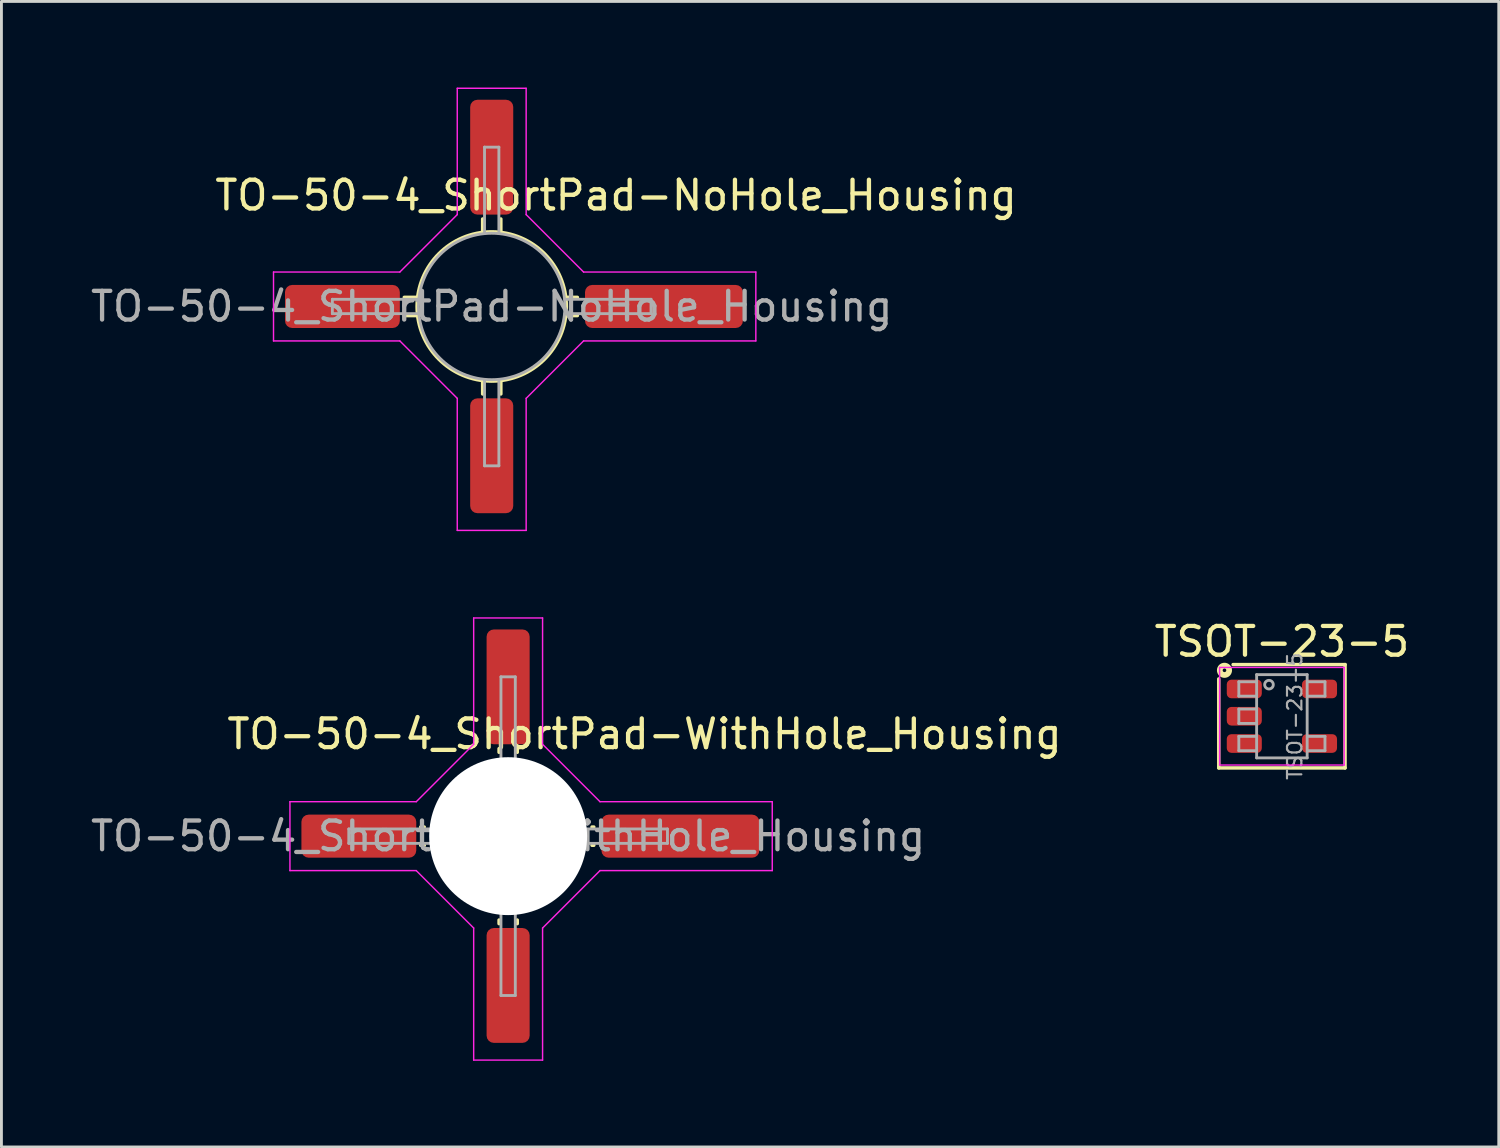
<source format=kicad_pcb>
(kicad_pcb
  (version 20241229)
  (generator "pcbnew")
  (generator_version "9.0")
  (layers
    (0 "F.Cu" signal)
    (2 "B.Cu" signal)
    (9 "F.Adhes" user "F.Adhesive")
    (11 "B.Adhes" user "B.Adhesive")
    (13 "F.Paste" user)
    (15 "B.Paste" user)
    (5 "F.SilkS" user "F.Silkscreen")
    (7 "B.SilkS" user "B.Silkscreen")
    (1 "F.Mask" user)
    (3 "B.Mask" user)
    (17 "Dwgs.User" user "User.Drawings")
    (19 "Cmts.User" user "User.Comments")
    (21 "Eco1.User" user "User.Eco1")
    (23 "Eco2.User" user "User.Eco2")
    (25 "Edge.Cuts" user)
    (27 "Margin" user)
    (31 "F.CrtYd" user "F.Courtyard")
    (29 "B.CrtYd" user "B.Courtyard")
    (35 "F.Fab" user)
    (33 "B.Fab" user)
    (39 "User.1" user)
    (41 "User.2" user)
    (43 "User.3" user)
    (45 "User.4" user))
  (footprint "TSOT-23-5"
    (layer "F.Cu")
    (at 41.601 21.898)
    (property "Reference" "TSOT-23-5" (at 0 -2.6 0) (layer "F.SilkS") (effects (font (size 1 1) (thickness 0.15))))
    (attr smd)
    (fp_line (start -2.2 -1.3) (end -2.2 1.8) (stroke (width 0.12) (type solid)) (layer "F.SilkS"))
    (fp_line (start -2.2 1.8) (end 2.2 1.8) (stroke (width 0.12) (type solid)) (layer "F.SilkS"))
    (fp_line (start 2.2 -1.8) (end -1.7 -1.8) (stroke (width 0.12) (type solid)) (layer "F.SilkS"))
    (fp_line (start 2.2 1.8) (end 2.2 -1.8) (stroke (width 0.12) (type solid)) (layer "F.SilkS"))
    (fp_circle (center -2 -1.6) (end -1.937 -1.6) (stroke (width 0.2) (type solid)) (fill no) (layer "F.SilkS"))
    (fp_line (start -2.17 -1.7) (end -2.17 1.7) (stroke (width 0.05) (type solid)) (layer "F.CrtYd"))
    (fp_line (start -2.17 -1.7) (end 2.17 -1.7) (stroke (width 0.05) (type solid)) (layer "F.CrtYd"))
    (fp_line (start 2.17 1.7) (end -2.17 1.7) (stroke (width 0.05) (type solid)) (layer "F.CrtYd"))
    (fp_line (start 2.17 1.7) (end 2.17 -1.7) (stroke (width 0.05) (type solid)) (layer "F.CrtYd"))
    (fp_line (start -1.5 -1.2) (end -1.5 -0.7) (stroke (width 0.1) (type solid)) (layer "F.Fab"))
    (fp_line (start -1.5 -0.7) (end -0.9 -0.7) (stroke (width 0.1) (type solid)) (layer "F.Fab"))
    (fp_line (start -1.5 -0.25) (end -1.5 0.25) (stroke (width 0.1) (type solid)) (layer "F.Fab"))
    (fp_line (start -1.5 0.25) (end -0.9 0.25) (stroke (width 0.1) (type solid)) (layer "F.Fab"))
    (fp_line (start -1.5 0.7) (end -1.5 1.2) (stroke (width 0.1) (type solid)) (layer "F.Fab"))
    (fp_line (start -1.5 1.2) (end -0.9 1.2) (stroke (width 0.1) (type solid)) (layer "F.Fab"))
    (fp_line (start -0.9 -1.2) (end -1.5 -1.2) (stroke (width 0.1) (type solid)) (layer "F.Fab"))
    (fp_line (start -0.9 -0.25) (end -1.5 -0.25) (stroke (width 0.1) (type solid)) (layer "F.Fab"))
    (fp_line (start -0.9 0.7) (end -1.5 0.7) (stroke (width 0.1) (type solid)) (layer "F.Fab"))
    (fp_line (start -0.88 -1.45) (end -0.88 1.45) (stroke (width 0.1) (type solid)) (layer "F.Fab"))
    (fp_line (start 0.88 -1.45) (end -0.88 -1.45) (stroke (width 0.1) (type solid)) (layer "F.Fab"))
    (fp_line (start 0.88 -1.45) (end 0.88 1.45) (stroke (width 0.1) (type solid)) (layer "F.Fab"))
    (fp_line (start 0.88 1.45) (end -0.88 1.45) (stroke (width 0.1) (type solid)) (layer "F.Fab"))
    (fp_line (start 0.9 -0.7) (end 1.5 -0.7) (stroke (width 0.1) (type solid)) (layer "F.Fab"))
    (fp_line (start 0.9 1.2) (end 1.5 1.2) (stroke (width 0.1) (type solid)) (layer "F.Fab"))
    (fp_line (start 1.5 -1.2) (end 0.9 -1.2) (stroke (width 0.1) (type solid)) (layer "F.Fab"))
    (fp_line (start 1.5 -0.7) (end 1.5 -1.2) (stroke (width 0.1) (type solid)) (layer "F.Fab"))
    (fp_line (start 1.5 0.7) (end 0.9 0.7) (stroke (width 0.1) (type solid)) (layer "F.Fab"))
    (fp_line (start 1.5 1.2) (end 1.5 0.7) (stroke (width 0.1) (type solid)) (layer "F.Fab"))
    (fp_circle (center -0.45 -1.1) (end -0.3 -1.1) (stroke (width 0.1) (type solid)) (fill no) (layer "F.Fab"))
    (fp_text user "${REFERENCE}" (at 0.45 0 90) (layer "F.Fab") (effects (font (size 0.5 0.5) (thickness 0.075))))
    (pad "1" smd roundrect (at -1.31 -0.95) (size 1.22 0.65) (layers "F.Cu" "F.Mask" "F.Paste") (roundrect_rratio 0.25))
    (pad "2" smd roundrect (at -1.31 0) (size 1.22 0.65) (layers "F.Cu" "F.Mask" "F.Paste") (roundrect_rratio 0.25))
    (pad "3" smd roundrect (at -1.31 0.95) (size 1.22 0.65) (layers "F.Cu" "F.Mask" "F.Paste") (roundrect_rratio 0.25))
    (pad "4" smd roundrect (at 1.31 0.95) (size 1.22 0.65) (layers "F.Cu" "F.Mask" "F.Paste") (roundrect_rratio 0.25))
    (pad "5" smd roundrect (at 1.31 -0.95) (size 1.22 0.65) (layers "F.Cu" "F.Mask" "F.Paste") (roundrect_rratio 0.25)))
  (footprint "TO-50-4_ShortPad-WithHole_Housing"
    (layer "F.Cu")
    (at 14.649 26.075)
    (property "Reference" "TO-50-4_ShortPad-WithHole_Housing" (at 4.75 -3.556 0) (layer "F.SilkS") (effects (font (size 1 1) (thickness 0.15))))
    (attr smd)
    (fp_line (start -2.921 -0.318) (end -3.046 -0.318) (stroke (width 0.12) (type solid)) (layer "F.SilkS"))
    (fp_line (start -2.921 0.318) (end -3.046 0.318) (stroke (width 0.12) (type solid)) (layer "F.SilkS"))
    (fp_line (start -0.316 -3.048) (end -0.316 -2.921) (stroke (width 0.12) (type solid)) (layer "F.SilkS"))
    (fp_line (start -0.316 2.921) (end -0.316 3.048) (stroke (width 0.12) (type solid)) (layer "F.SilkS"))
    (fp_line (start 0.318 2.921) (end 0.319 3.048) (stroke (width 0.12) (type solid)) (layer "F.SilkS"))
    (fp_line (start 0.319 -3.048) (end 0.319 -2.921) (stroke (width 0.12) (type solid)) (layer "F.SilkS"))
    (fp_line (start 2.921 -0.318) (end 2.985 -0.318) (stroke (width 0.12) (type solid)) (layer "F.SilkS"))
    (fp_line (start 2.921 0.318) (end 2.985 0.318) (stroke (width 0.12) (type solid)) (layer "F.SilkS"))
    (fp_line (start -7.6 -1.2) (end -3.2 -1.2) (stroke (width 0.05) (type solid)) (layer "F.CrtYd"))
    (fp_line (start -7.6 1.2) (end -7.6 -1.2) (stroke (width 0.05) (type solid)) (layer "F.CrtYd"))
    (fp_line (start -3.2 -1.2) (end -1.2 -3.2) (stroke (width 0.05) (type solid)) (layer "F.CrtYd"))
    (fp_line (start -3.2 1.2) (end -7.6 1.2) (stroke (width 0.05) (type solid)) (layer "F.CrtYd"))
    (fp_line (start -1.2 -7.6) (end 1.2 -7.6) (stroke (width 0.05) (type solid)) (layer "F.CrtYd"))
    (fp_line (start -1.2 -3.2) (end -1.2 -7.6) (stroke (width 0.05) (type solid)) (layer "F.CrtYd"))
    (fp_line (start -1.2 3.2) (end -3.2 1.2) (stroke (width 0.05) (type solid)) (layer "F.CrtYd"))
    (fp_line (start -1.2 7.8) (end -1.2 3.2) (stroke (width 0.05) (type solid)) (layer "F.CrtYd"))
    (fp_line (start 1.2 -7.6) (end 1.2 -3.2) (stroke (width 0.05) (type solid)) (layer "F.CrtYd"))
    (fp_line (start 1.2 -3.2) (end 3.2 -1.2) (stroke (width 0.05) (type solid)) (layer "F.CrtYd"))
    (fp_line (start 1.2 3.2) (end 1.2 7.8) (stroke (width 0.05) (type solid)) (layer "F.CrtYd"))
    (fp_line (start 1.2 7.8) (end -1.2 7.8) (stroke (width 0.05) (type solid)) (layer "F.CrtYd"))
    (fp_line (start 3.2 -1.2) (end 9.2 -1.2) (stroke (width 0.05) (type solid)) (layer "F.CrtYd"))
    (fp_line (start 3.2 1.2) (end 1.2 3.2) (stroke (width 0.05) (type solid)) (layer "F.CrtYd"))
    (fp_line (start 9.2 -1.2) (end 9.2 1.2) (stroke (width 0.05) (type solid)) (layer "F.CrtYd"))
    (fp_line (start 9.2 1.2) (end 3.2 1.2) (stroke (width 0.05) (type solid)) (layer "F.CrtYd"))
    (fp_line (start -5.55 -0.25) (end -5.55 0.25) (stroke (width 0.1) (type solid)) (layer "F.Fab"))
    (fp_line (start -5.55 0.25) (end -2.55 0.25) (stroke (width 0.1) (type solid)) (layer "F.Fab"))
    (fp_line (start -2.55 -0.25) (end -5.55 -0.25) (stroke (width 0.1) (type solid)) (layer "F.Fab"))
    (fp_line (start -0.25 -5.55) (end -0.25 -2.55) (stroke (width 0.1) (type solid)) (layer "F.Fab"))
    (fp_line (start -0.25 2.55) (end -0.25 5.55) (stroke (width 0.1) (type solid)) (layer "F.Fab"))
    (fp_line (start -0.25 5.55) (end 0.25 5.55) (stroke (width 0.1) (type solid)) (layer "F.Fab"))
    (fp_line (start 0.25 -5.55) (end -0.25 -5.55) (stroke (width 0.1) (type solid)) (layer "F.Fab"))
    (fp_line (start 0.25 -2.55) (end 0.25 -5.55) (stroke (width 0.1) (type solid)) (layer "F.Fab"))
    (fp_line (start 0.25 5.55) (end 0.25 2.55) (stroke (width 0.1) (type solid)) (layer "F.Fab"))
    (fp_line (start 2.55 0.25) (end 5.55 0.25) (stroke (width 0.1) (type solid)) (layer "F.Fab"))
    (fp_line (start 5.55 -0.25) (end 2.55 -0.25) (stroke (width 0.1) (type solid)) (layer "F.Fab"))
    (fp_line (start 5.55 0.25) (end 5.55 -0.25) (stroke (width 0.1) (type solid)) (layer "F.Fab"))
    (fp_circle (center 0 0) (end 0.05 -2.55) (stroke (width 0.1) (type solid)) (fill no) (layer "F.Fab"))
    (fp_text user "${REFERENCE}" (at 0 0 0) (layer "F.Fab") (effects (font (size 1 1) (thickness 0.15))))
    (pad "" np_thru_hole circle (at 0 0 270) (size 5.5 5.5) (drill 5.5) (layers "*.Cu" "*.Mask"))
    (pad "1" smd roundrect (at -5.2 0 270) (size 1.5 4) (layers "F.Cu" "F.Mask" "F.Paste") (roundrect_rratio 0.167))
    (pad "2" smd roundrect (at 0 5.2 270) (size 4 1.5) (layers "F.Cu" "F.Mask" "F.Paste") (roundrect_rratio 0.167))
    (pad "3" smd roundrect (at 6 0 270) (size 1.5 5.5) (layers "F.Cu" "F.Mask" "F.Paste") (roundrect_rratio 0.167))
    (pad "4" smd roundrect (at 0 -5.2 270) (size 4 1.5) (layers "F.Cu" "F.Mask" "F.Paste") (roundrect_rratio 0.167)))
  (footprint "TO-50-4_ShortPad-NoHole_Housing"
    (layer "F.Cu")
    (at 14.077 7.625)
    (property "Reference" "TO-50-4_ShortPad-NoHole_Housing" (at 4.33 -3.87 0) (layer "F.SilkS") (effects (font (size 1 1) (thickness 0.15))))
    (attr smd)
    (fp_line (start -2.602 -0.318) (end -3.046 -0.318) (stroke (width 0.12) (type solid)) (layer "F.SilkS"))
    (fp_line (start -2.602 0.318) (end -3.046 0.318) (stroke (width 0.12) (type solid)) (layer "F.SilkS"))
    (fp_line (start -0.316 -3.048) (end -0.316 -2.603) (stroke (width 0.12) (type solid)) (layer "F.SilkS"))
    (fp_line (start -0.316 2.603) (end -0.316 3.048) (stroke (width 0.12) (type solid)) (layer "F.SilkS"))
    (fp_line (start 0.319 -3.048) (end 0.319 -2.603) (stroke (width 0.12) (type solid)) (layer "F.SilkS"))
    (fp_line (start 0.319 2.603) (end 0.319 3.048) (stroke (width 0.12) (type solid)) (layer "F.SilkS"))
    (fp_line (start 2.603 -0.318) (end 2.985 -0.318) (stroke (width 0.12) (type solid)) (layer "F.SilkS"))
    (fp_line (start 2.603 0.318) (end 2.985 0.318) (stroke (width 0.12) (type solid)) (layer "F.SilkS"))
    (fp_circle (center 0 0) (end 0 -2.6) (stroke (width 0.12) (type solid)) (fill no) (layer "F.SilkS"))
    (fp_line (start -7.6 -1.2) (end -3.2 -1.2) (stroke (width 0.05) (type solid)) (layer "F.CrtYd"))
    (fp_line (start -7.6 1.2) (end -7.6 -1.2) (stroke (width 0.05) (type solid)) (layer "F.CrtYd"))
    (fp_line (start -3.2 -1.2) (end -1.2 -3.2) (stroke (width 0.05) (type solid)) (layer "F.CrtYd"))
    (fp_line (start -3.2 1.2) (end -7.6 1.2) (stroke (width 0.05) (type solid)) (layer "F.CrtYd"))
    (fp_line (start -1.2 -7.6) (end 1.2 -7.6) (stroke (width 0.05) (type solid)) (layer "F.CrtYd"))
    (fp_line (start -1.2 -3.2) (end -1.2 -7.6) (stroke (width 0.05) (type solid)) (layer "F.CrtYd"))
    (fp_line (start -1.2 3.2) (end -3.2 1.2) (stroke (width 0.05) (type solid)) (layer "F.CrtYd"))
    (fp_line (start -1.2 7.8) (end -1.2 3.2) (stroke (width 0.05) (type solid)) (layer "F.CrtYd"))
    (fp_line (start 1.2 -7.6) (end 1.2 -3.2) (stroke (width 0.05) (type solid)) (layer "F.CrtYd"))
    (fp_line (start 1.2 -3.2) (end 3.2 -1.2) (stroke (width 0.05) (type solid)) (layer "F.CrtYd"))
    (fp_line (start 1.2 3.2) (end 1.2 7.8) (stroke (width 0.05) (type solid)) (layer "F.CrtYd"))
    (fp_line (start 1.2 7.8) (end -1.2 7.8) (stroke (width 0.05) (type solid)) (layer "F.CrtYd"))
    (fp_line (start 3.2 -1.2) (end 9.2 -1.2) (stroke (width 0.05) (type solid)) (layer "F.CrtYd"))
    (fp_line (start 3.2 1.2) (end 1.2 3.2) (stroke (width 0.05) (type solid)) (layer "F.CrtYd"))
    (fp_line (start 9.2 -1.2) (end 9.2 1.2) (stroke (width 0.05) (type solid)) (layer "F.CrtYd"))
    (fp_line (start 9.2 1.2) (end 3.2 1.2) (stroke (width 0.05) (type solid)) (layer "F.CrtYd"))
    (fp_line (start -5.55 -0.25) (end -5.55 0.25) (stroke (width 0.1) (type solid)) (layer "F.Fab"))
    (fp_line (start -5.55 0.25) (end -2.55 0.25) (stroke (width 0.1) (type solid)) (layer "F.Fab"))
    (fp_line (start -2.55 -0.25) (end -5.55 -0.25) (stroke (width 0.1) (type solid)) (layer "F.Fab"))
    (fp_line (start -0.25 -5.55) (end -0.25 -2.55) (stroke (width 0.1) (type solid)) (layer "F.Fab"))
    (fp_line (start -0.25 2.55) (end -0.25 5.55) (stroke (width 0.1) (type solid)) (layer "F.Fab"))
    (fp_line (start -0.25 5.55) (end 0.25 5.55) (stroke (width 0.1) (type solid)) (layer "F.Fab"))
    (fp_line (start 0.25 -5.55) (end -0.25 -5.55) (stroke (width 0.1) (type solid)) (layer "F.Fab"))
    (fp_line (start 0.25 -2.55) (end 0.25 -5.55) (stroke (width 0.1) (type solid)) (layer "F.Fab"))
    (fp_line (start 0.25 5.55) (end 0.25 2.55) (stroke (width 0.1) (type solid)) (layer "F.Fab"))
    (fp_line (start 2.55 0.25) (end 5.55 0.25) (stroke (width 0.1) (type solid)) (layer "F.Fab"))
    (fp_line (start 5.55 -0.25) (end 2.55 -0.25) (stroke (width 0.1) (type solid)) (layer "F.Fab"))
    (fp_line (start 5.55 0.25) (end 5.55 -0.25) (stroke (width 0.1) (type solid)) (layer "F.Fab"))
    (fp_circle (center 0 0) (end 0.05 -2.55) (stroke (width 0.1) (type solid)) (fill no) (layer "F.Fab"))
    (fp_text user "${REFERENCE}" (at 0 0 0) (layer "F.Fab") (effects (font (size 1 1) (thickness 0.15))))
    (pad "1" smd roundrect (at -5.2 0 270) (size 1.5 4) (layers "F.Cu" "F.Mask" "F.Paste") (roundrect_rratio 0.167))
    (pad "2" smd roundrect (at 0 5.2 270) (size 4 1.5) (layers "F.Cu" "F.Mask" "F.Paste") (roundrect_rratio 0.167))
    (pad "3" smd roundrect (at 6 0 270) (size 1.5 5.5) (layers "F.Cu" "F.Mask" "F.Paste") (roundrect_rratio 0.167))
    (pad "4" smd roundrect (at 0 -5.2 270) (size 4 1.5) (layers "F.Cu" "F.Mask" "F.Paste") (roundrect_rratio 0.167)))
  (gr_rect
    (start -3 -3)
    (end 49.155 36.9)
    (stroke (width 0.1) (type default))
    (fill no)
    (layer "Edge.Cuts")))
</source>
